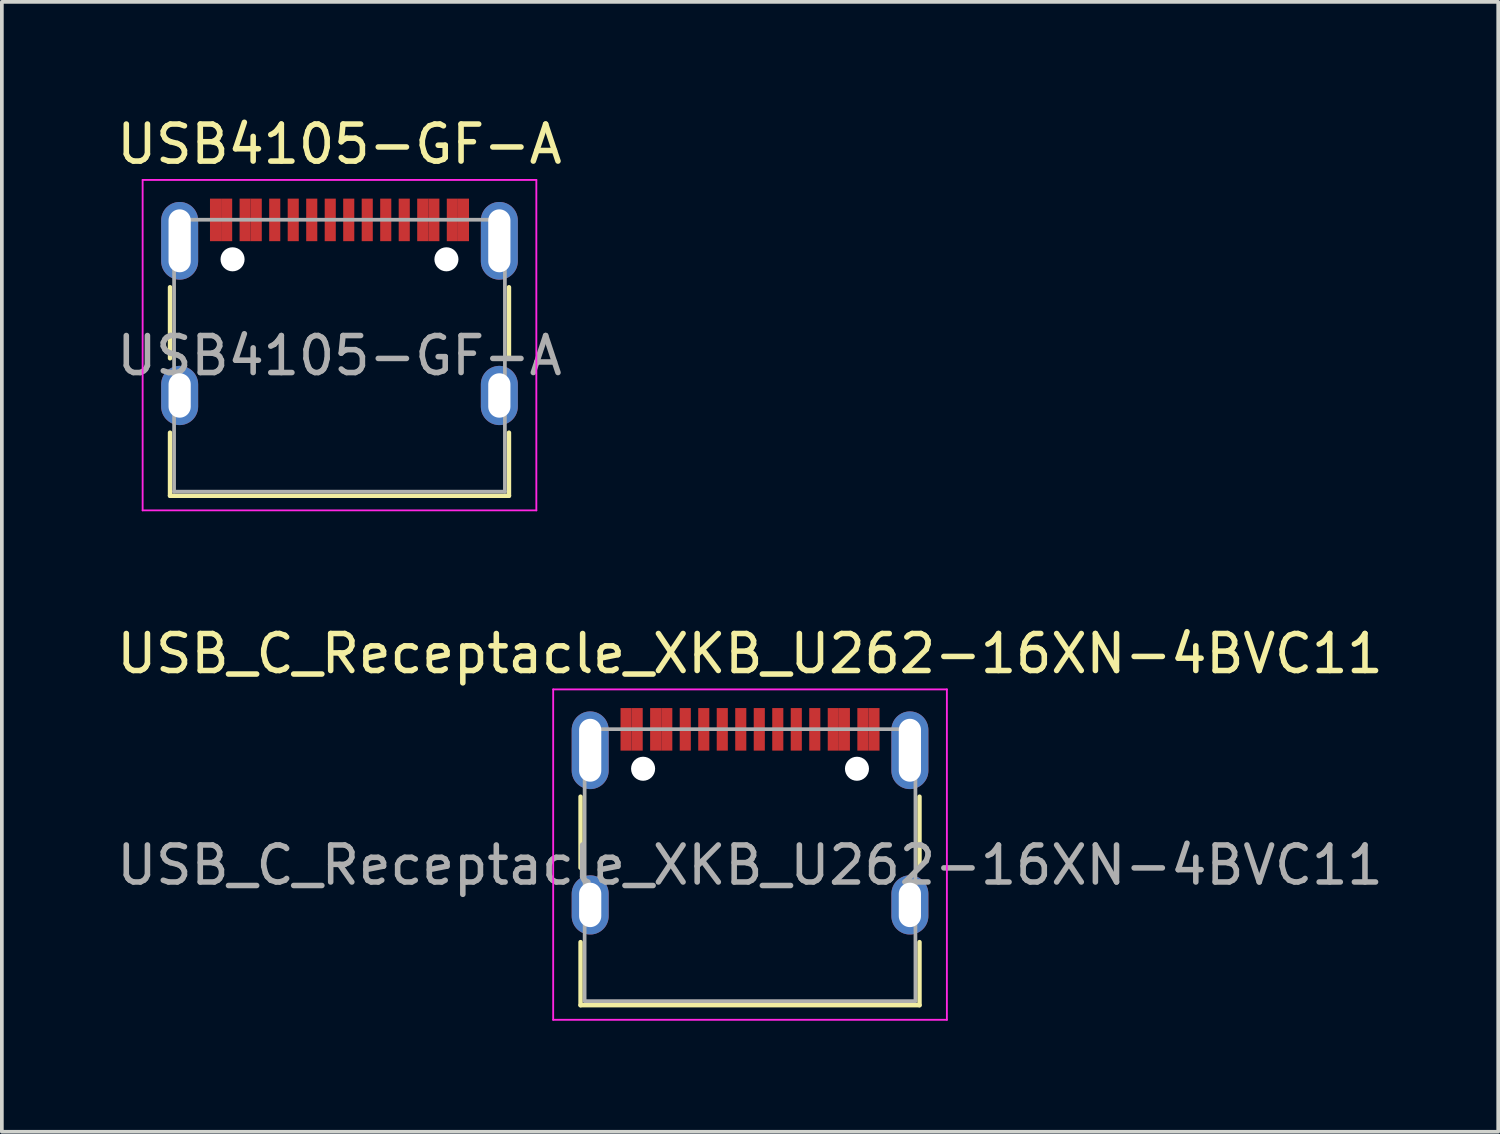
<source format=kicad_pcb>
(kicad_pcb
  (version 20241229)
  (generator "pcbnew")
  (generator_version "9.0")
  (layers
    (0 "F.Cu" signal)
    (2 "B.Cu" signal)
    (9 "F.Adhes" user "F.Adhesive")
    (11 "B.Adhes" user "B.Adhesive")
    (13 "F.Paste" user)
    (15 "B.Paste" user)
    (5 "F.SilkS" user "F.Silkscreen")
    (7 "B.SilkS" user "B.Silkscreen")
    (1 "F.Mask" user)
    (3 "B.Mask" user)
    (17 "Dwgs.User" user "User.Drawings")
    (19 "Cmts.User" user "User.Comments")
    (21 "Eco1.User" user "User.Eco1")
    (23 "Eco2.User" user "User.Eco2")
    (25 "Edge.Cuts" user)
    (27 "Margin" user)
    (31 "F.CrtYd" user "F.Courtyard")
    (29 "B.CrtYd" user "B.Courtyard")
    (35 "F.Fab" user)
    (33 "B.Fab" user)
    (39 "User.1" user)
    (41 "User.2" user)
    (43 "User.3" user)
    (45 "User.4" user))
  (footprint "USB_C_Receptacle_XKB_U262-16XN-4BVC11"
    (layer "F.Cu")
    (at 17.22 20.331)
    (property "Reference" "USB_C_Receptacle_XKB_U262-16XN-4BVC11" (at 0 -5.715 0) (layer "F.SilkS") (effects (font (size 1 1) (thickness 0.15))))
    (attr smd)
    (fp_line (start -4.58 -1.85) (end -4.58 0.07) (stroke (width 0.12) (type solid)) (layer "F.SilkS"))
    (fp_line (start -4.58 3.785) (end -4.58 2.08) (stroke (width 0.12) (type solid)) (layer "F.SilkS"))
    (fp_line (start 4.58 0.07) (end 4.58 -1.85) (stroke (width 0.12) (type solid)) (layer "F.SilkS"))
    (fp_line (start 4.58 2.08) (end 4.58 3.785) (stroke (width 0.12) (type solid)) (layer "F.SilkS"))
    (fp_line (start 4.58 3.785) (end -4.58 3.785) (stroke (width 0.12) (type solid)) (layer "F.SilkS"))
    (fp_line (start -5.32 -4.75) (end 5.32 -4.75) (stroke (width 0.05) (type solid)) (layer "F.CrtYd"))
    (fp_line (start -5.32 4.18) (end -5.32 -4.75) (stroke (width 0.05) (type solid)) (layer "F.CrtYd"))
    (fp_line (start 5.32 -4.75) (end 5.32 4.18) (stroke (width 0.05) (type solid)) (layer "F.CrtYd"))
    (fp_line (start 5.32 4.18) (end -5.32 4.18) (stroke (width 0.05) (type solid)) (layer "F.CrtYd"))
    (fp_line (start -4.47 -3.675) (end -4.47 3.675) (stroke (width 0.1) (type solid)) (layer "F.Fab"))
    (fp_line (start -4.47 -3.675) (end 4.47 -3.675) (stroke (width 0.1) (type solid)) (layer "F.Fab"))
    (fp_line (start -4.47 3.675) (end 4.47 3.675) (stroke (width 0.1) (type solid)) (layer "F.Fab"))
    (fp_line (start 4.47 3.675) (end 4.47 -3.675) (stroke (width 0.1) (type solid)) (layer "F.Fab"))
    (fp_text user "${REFERENCE}" (at 0 0 0) (layer "F.Fab") (effects (font (size 1 1) (thickness 0.15))))
    (pad "" np_thru_hole circle (at -2.89 -2.605) (size 0.65 0.65) (drill 0.65) (layers "*.Cu" "*.Mask"))
    (pad "" np_thru_hole circle (at 2.89 -2.605) (size 0.65 0.65) (drill 0.65) (layers "*.Cu" "*.Mask"))
    (pad "A1" smd rect (at -3.35 -3.67) (size 0.3 1.15) (layers "F.Cu" "F.Mask" "F.Paste"))
    (pad "A4" smd rect (at -2.55 -3.67) (size 0.3 1.15) (layers "F.Cu" "F.Mask" "F.Paste"))
    (pad "A5" smd rect (at -1.25 -3.67) (size 0.3 1.15) (layers "F.Cu" "F.Mask" "F.Paste"))
    (pad "A6" smd rect (at -0.25 -3.67) (size 0.3 1.15) (layers "F.Cu" "F.Mask" "F.Paste"))
    (pad "A7" smd rect (at 0.25 -3.67) (size 0.3 1.15) (layers "F.Cu" "F.Mask" "F.Paste"))
    (pad "A8" smd rect (at 1.25 -3.67) (size 0.3 1.15) (layers "F.Cu" "F.Mask" "F.Paste"))
    (pad "A9" smd rect (at 2.55 -3.67) (size 0.3 1.15) (layers "F.Cu" "F.Mask" "F.Paste"))
    (pad "A12" smd rect (at 3.35 -3.67) (size 0.3 1.15) (layers "F.Cu" "F.Mask" "F.Paste"))
    (pad "B1" smd rect (at 3.05 -3.67) (size 0.3 1.15) (layers "F.Cu" "F.Mask" "F.Paste"))
    (pad "B4" smd rect (at 2.25 -3.67) (size 0.3 1.15) (layers "F.Cu" "F.Mask" "F.Paste"))
    (pad "B5" smd rect (at 1.75 -3.67) (size 0.3 1.15) (layers "F.Cu" "F.Mask" "F.Paste"))
    (pad "B6" smd rect (at 0.75 -3.67) (size 0.3 1.15) (layers "F.Cu" "F.Mask" "F.Paste"))
    (pad "B7" smd rect (at -0.75 -3.67) (size 0.3 1.15) (layers "F.Cu" "F.Mask" "F.Paste"))
    (pad "B8" smd rect (at -1.75 -3.67) (size 0.3 1.15) (layers "F.Cu" "F.Mask" "F.Paste"))
    (pad "B9" smd rect (at -2.25 -3.67) (size 0.3 1.15) (layers "F.Cu" "F.Mask" "F.Paste"))
    (pad "B12" smd rect (at -3.05 -3.67) (size 0.3 1.15) (layers "F.Cu" "F.Mask" "F.Paste"))
    (pad "S1" thru_hole oval (at -4.32 -3.105) (size 1 2.1) (drill oval 0.6 1.7) (layers "*.Cu" "*.Mask"))
    (pad "S1" thru_hole oval (at -4.32 1.075) (size 1 1.6) (drill oval 0.6 1.2) (layers "*.Cu" "*.Mask"))
    (pad "S1" thru_hole oval (at 4.32 -3.105) (size 1 2.1) (drill oval 0.6 1.7) (layers "*.Cu" "*.Mask"))
    (pad "S1" thru_hole oval (at 4.32 1.075) (size 1 1.6) (drill oval 0.6 1.2) (layers "*.Cu" "*.Mask")))
  (footprint "USB4105-GF-A"
    (layer "F.Cu")
    (at 6.125 6.563)
    (property "Reference" "USB4105-GF-A" (at 0 -5.715 0) (layer "F.SilkS") (effects (font (size 1 1) (thickness 0.15))))
    (attr smd)
    (fp_line (start -4.58 -1.85) (end -4.58 0.07) (stroke (width 0.12) (type solid)) (layer "F.SilkS"))
    (fp_line (start -4.58 3.785) (end -4.58 2.08) (stroke (width 0.12) (type solid)) (layer "F.SilkS"))
    (fp_line (start 4.58 0.07) (end 4.58 -1.85) (stroke (width 0.12) (type solid)) (layer "F.SilkS"))
    (fp_line (start 4.58 2.08) (end 4.58 3.785) (stroke (width 0.12) (type solid)) (layer "F.SilkS"))
    (fp_line (start 4.58 3.785) (end -4.58 3.785) (stroke (width 0.12) (type solid)) (layer "F.SilkS"))
    (fp_line (start -5.32 -4.75) (end 5.32 -4.75) (stroke (width 0.05) (type solid)) (layer "F.CrtYd"))
    (fp_line (start -5.32 4.18) (end -5.32 -4.75) (stroke (width 0.05) (type solid)) (layer "F.CrtYd"))
    (fp_line (start 5.32 -4.75) (end 5.32 4.18) (stroke (width 0.05) (type solid)) (layer "F.CrtYd"))
    (fp_line (start 5.32 4.18) (end -5.32 4.18) (stroke (width 0.05) (type solid)) (layer "F.CrtYd"))
    (fp_line (start -4.47 -3.675) (end -4.47 3.675) (stroke (width 0.1) (type solid)) (layer "F.Fab"))
    (fp_line (start -4.47 -3.675) (end 4.47 -3.675) (stroke (width 0.1) (type solid)) (layer "F.Fab"))
    (fp_line (start -4.47 3.675) (end 4.47 3.675) (stroke (width 0.1) (type solid)) (layer "F.Fab"))
    (fp_line (start 4.47 3.675) (end 4.47 -3.675) (stroke (width 0.1) (type solid)) (layer "F.Fab"))
    (fp_text user "${REFERENCE}" (at 0 0 0) (layer "F.Fab") (effects (font (size 1 1) (thickness 0.15))))
    (pad "" np_thru_hole circle (at -2.89 -2.605) (size 0.65 0.65) (drill 0.65) (layers "*.Cu" "*.Mask"))
    (pad "" np_thru_hole circle (at 2.89 -2.605) (size 0.65 0.65) (drill 0.65) (layers "*.Cu" "*.Mask"))
    (pad "A1" smd rect (at -3.35 -3.67) (size 0.3 1.15) (layers "F.Cu" "F.Mask" "F.Paste"))
    (pad "A4" smd rect (at -2.55 -3.67) (size 0.3 1.15) (layers "F.Cu" "F.Mask" "F.Paste"))
    (pad "A5" smd rect (at -1.25 -3.67) (size 0.3 1.15) (layers "F.Cu" "F.Mask" "F.Paste"))
    (pad "A6" smd rect (at -0.25 -3.67) (size 0.3 1.15) (layers "F.Cu" "F.Mask" "F.Paste"))
    (pad "A7" smd rect (at 0.25 -3.67) (size 0.3 1.15) (layers "F.Cu" "F.Mask" "F.Paste"))
    (pad "A8" smd rect (at 1.25 -3.67) (size 0.3 1.15) (layers "F.Cu" "F.Mask" "F.Paste"))
    (pad "A9" smd rect (at 2.55 -3.67) (size 0.3 1.15) (layers "F.Cu" "F.Mask" "F.Paste"))
    (pad "A12" smd rect (at 3.35 -3.67) (size 0.3 1.15) (layers "F.Cu" "F.Mask" "F.Paste"))
    (pad "B1" smd rect (at 3.05 -3.67) (size 0.3 1.15) (layers "F.Cu" "F.Mask" "F.Paste"))
    (pad "B4" smd rect (at 2.25 -3.67) (size 0.3 1.15) (layers "F.Cu" "F.Mask" "F.Paste"))
    (pad "B5" smd rect (at 1.75 -3.67) (size 0.3 1.15) (layers "F.Cu" "F.Mask" "F.Paste"))
    (pad "B6" smd rect (at 0.75 -3.67) (size 0.3 1.15) (layers "F.Cu" "F.Mask" "F.Paste"))
    (pad "B7" smd rect (at -0.75 -3.67) (size 0.3 1.15) (layers "F.Cu" "F.Mask" "F.Paste"))
    (pad "B8" smd rect (at -1.75 -3.67) (size 0.3 1.15) (layers "F.Cu" "F.Mask" "F.Paste"))
    (pad "B9" smd rect (at -2.25 -3.67) (size 0.3 1.15) (layers "F.Cu" "F.Mask" "F.Paste"))
    (pad "B12" smd rect (at -3.05 -3.67) (size 0.3 1.15) (layers "F.Cu" "F.Mask" "F.Paste"))
    (pad "S1" thru_hole oval (at -4.32 -3.105) (size 1 2.1) (drill oval 0.6 1.7) (layers "*.Cu" "*.Mask"))
    (pad "S1" thru_hole oval (at -4.32 1.075) (size 1 1.6) (drill oval 0.6 1.2) (layers "*.Cu" "*.Mask"))
    (pad "S1" thru_hole oval (at 4.32 -3.105) (size 1 2.1) (drill oval 0.6 1.7) (layers "*.Cu" "*.Mask"))
    (pad "S1" thru_hole oval (at 4.32 1.075) (size 1 1.6) (drill oval 0.6 1.2) (layers "*.Cu" "*.Mask")))
  (gr_rect
    (start -3 -3)
    (end 37.44 27.537)
    (stroke (width 0.1) (type default))
    (fill no)
    (layer "Edge.Cuts")))
</source>
